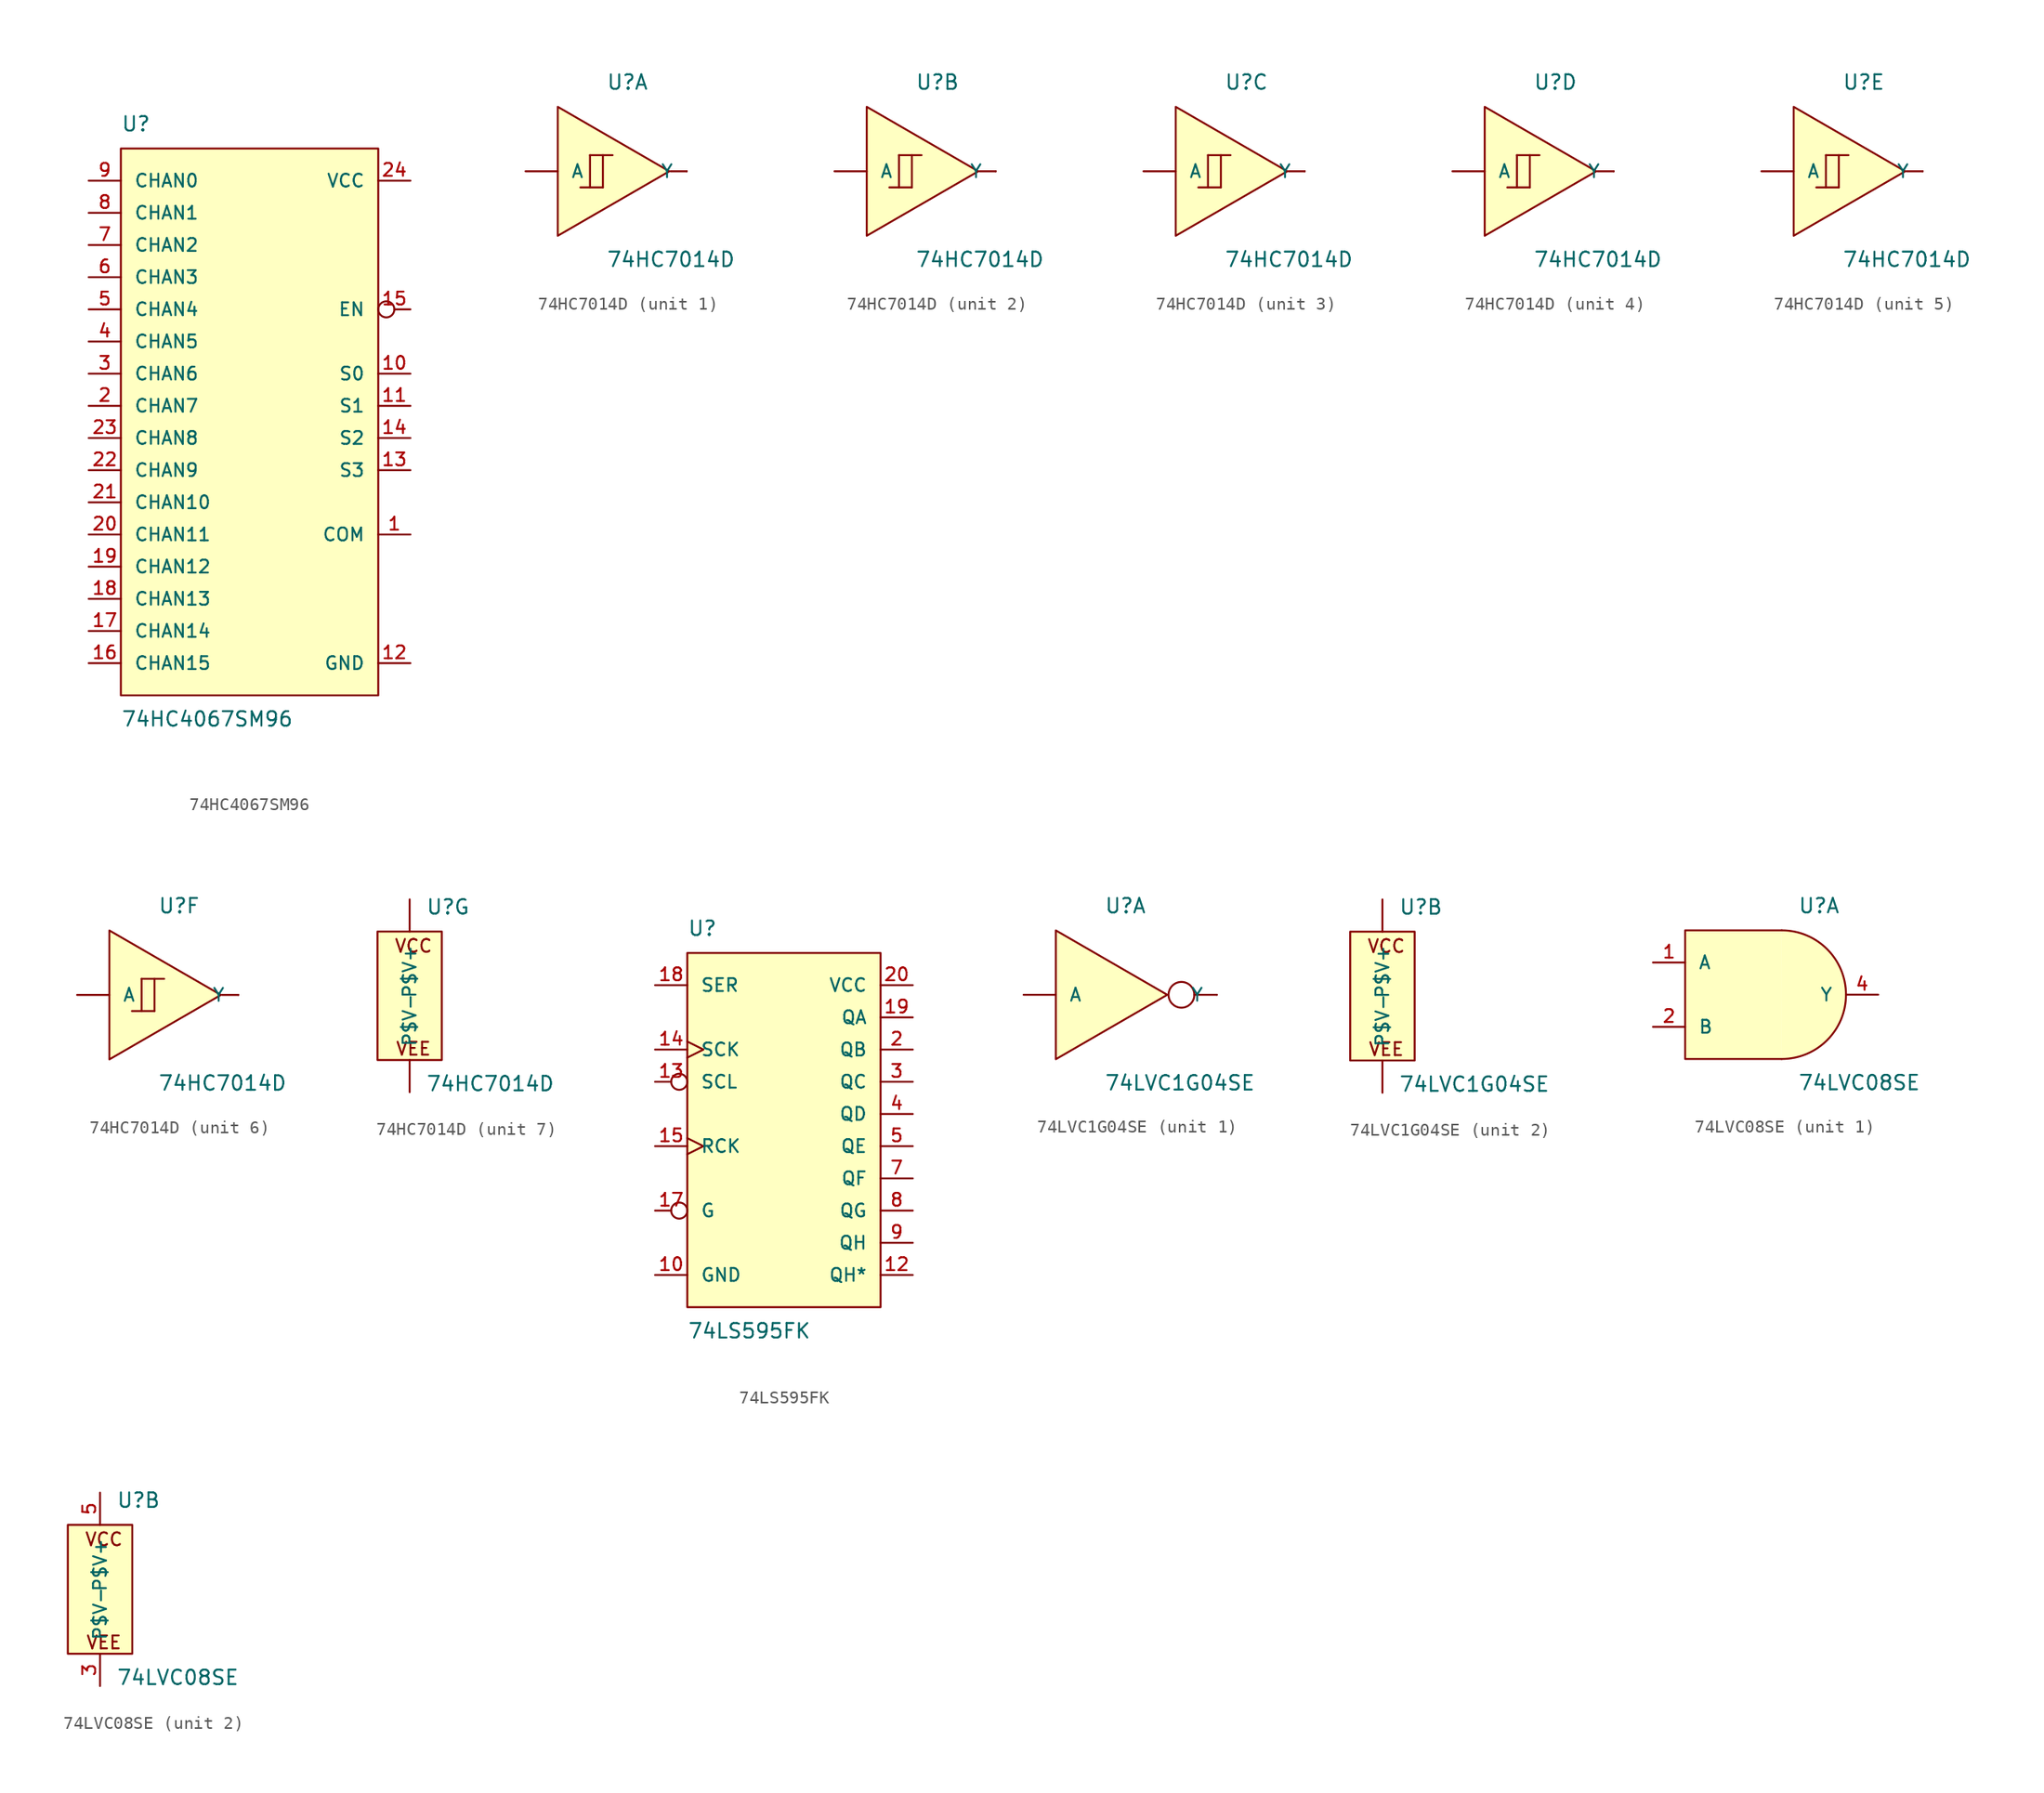
<source format=kicad_sym>
(kicad_symbol_lib
  (version 20220914)
  (generator kicad_symbol_editor)
  (symbol "74HC4067SM96"
    (pin_names
      (offset 1.016))
    (property "Reference" "U"
      (at -10.16 22.86 0)
      (effects (font (size 1.143 1.143)) (justify left bottom)))
    (property "Value" "74HC4067SM96"
      (at -10.16 -24.13 0)
      (effects (font (size 1.143 1.143)) (justify left bottom)))
    (property "ki_locked" ""
      (at 0 0 0)
      (effects (font (size 1.27 1.27))))
    (symbol "74HC4067SM96_1_1"
      (polyline (pts (xy -10.16 21.59) (xy 10.16 21.59) (xy 10.16 -21.59) (xy -10.16 -21.59) (xy -10.16 21.59)) (stroke (width 0) (type solid)) (fill (type background)))
      (pin bidirectional line (at 12.7 -8.89 180) (length 2.54) (name "COM" (effects (font (size 1.016 1.016)))) (number "1" (effects (font (size 1.016 1.016)))))
      (pin input line (at 12.7 3.81 180) (length 2.54) (name "S0" (effects (font (size 1.016 1.016)))) (number "10" (effects (font (size 1.016 1.016)))))
      (pin input line (at 12.7 1.27 180) (length 2.54) (name "S1" (effects (font (size 1.016 1.016)))) (number "11" (effects (font (size 1.016 1.016)))))
      (pin bidirectional line (at 12.7 -19.05 180) (length 2.54) (name "GND" (effects (font (size 1.016 1.016)))) (number "12" (effects (font (size 1.016 1.016)))))
      (pin input line (at 12.7 -3.81 180) (length 2.54) (name "S3" (effects (font (size 1.016 1.016)))) (number "13" (effects (font (size 1.016 1.016)))))
      (pin input line (at 12.7 -1.27 180) (length 2.54) (name "S2" (effects (font (size 1.016 1.016)))) (number "14" (effects (font (size 1.016 1.016)))))
      (pin input inverted (at 12.7 8.89 180) (length 2.54) (name "EN" (effects (font (size 1.016 1.016)))) (number "15" (effects (font (size 1.016 1.016)))))
      (pin bidirectional line (at -12.7 -19.05 0) (length 2.54) (name "CHAN15" (effects (font (size 1.016 1.016)))) (number "16" (effects (font (size 1.016 1.016)))))
      (pin bidirectional line (at -12.7 -16.51 0) (length 2.54) (name "CHAN14" (effects (font (size 1.016 1.016)))) (number "17" (effects (font (size 1.016 1.016)))))
      (pin bidirectional line (at -12.7 -13.97 0) (length 2.54) (name "CHAN13" (effects (font (size 1.016 1.016)))) (number "18" (effects (font (size 1.016 1.016)))))
      (pin bidirectional line (at -12.7 -11.43 0) (length 2.54) (name "CHAN12" (effects (font (size 1.016 1.016)))) (number "19" (effects (font (size 1.016 1.016)))))
      (pin bidirectional line (at -12.7 1.27 0) (length 2.54) (name "CHAN7" (effects (font (size 1.016 1.016)))) (number "2" (effects (font (size 1.016 1.016)))))
      (pin bidirectional line (at -12.7 -8.89 0) (length 2.54) (name "CHAN11" (effects (font (size 1.016 1.016)))) (number "20" (effects (font (size 1.016 1.016)))))
      (pin bidirectional line (at -12.7 -6.35 0) (length 2.54) (name "CHAN10" (effects (font (size 1.016 1.016)))) (number "21" (effects (font (size 1.016 1.016)))))
      (pin bidirectional line (at -12.7 -3.81 0) (length 2.54) (name "CHAN9" (effects (font (size 1.016 1.016)))) (number "22" (effects (font (size 1.016 1.016)))))
      (pin bidirectional line (at -12.7 -1.27 0) (length 2.54) (name "CHAN8" (effects (font (size 1.016 1.016)))) (number "23" (effects (font (size 1.016 1.016)))))
      (pin bidirectional line (at 12.7 19.05 180) (length 2.54) (name "VCC" (effects (font (size 1.016 1.016)))) (number "24" (effects (font (size 1.016 1.016)))))
      (pin bidirectional line (at -12.7 3.81 0) (length 2.54) (name "CHAN6" (effects (font (size 1.016 1.016)))) (number "3" (effects (font (size 1.016 1.016)))))
      (pin bidirectional line (at -12.7 6.35 0) (length 2.54) (name "CHAN5" (effects (font (size 1.016 1.016)))) (number "4" (effects (font (size 1.016 1.016)))))
      (pin bidirectional line (at -12.7 8.89 0) (length 2.54) (name "CHAN4" (effects (font (size 1.016 1.016)))) (number "5" (effects (font (size 1.016 1.016)))))
      (pin bidirectional line (at -12.7 11.43 0) (length 2.54) (name "CHAN3" (effects (font (size 1.016 1.016)))) (number "6" (effects (font (size 1.016 1.016)))))
      (pin bidirectional line (at -12.7 13.97 0) (length 2.54) (name "CHAN2" (effects (font (size 1.016 1.016)))) (number "7" (effects (font (size 1.016 1.016)))))
      (pin bidirectional line (at -12.7 16.51 0) (length 2.54) (name "CHAN1" (effects (font (size 1.016 1.016)))) (number "8" (effects (font (size 1.016 1.016)))))
      (pin bidirectional line (at -12.7 19.05 0) (length 2.54) (name "CHAN0" (effects (font (size 1.016 1.016)))) (number "9" (effects (font (size 1.016 1.016)))))))
  (symbol "74HC7014D"
    (pin_numbers hide)
    (pin_names
      (offset 1.016))
    (property "Reference" "U"
      (at 1.27 6.35 0)
      (effects (font (size 1.143 1.143)) (justify left bottom)))
    (property "Value" "74HC7014D"
      (at 1.27 -7.62 0)
      (effects (font (size 1.143 1.143)) (justify left bottom)))
    (property "ki_locked" ""
      (at 0 0 0)
      (effects (font (size 1.27 1.27))))
    (symbol "74HC7014D_1_0"
      (polyline (pts (xy 0 1.27) (xy 0 -1.27)) (stroke (width 0) (type solid)) (fill (type none)))
      (polyline (pts (xy 0 1.27) (xy 1.778 1.27)) (stroke (width 0) (type solid)) (fill (type none)))
      (polyline (pts (xy 1.016 -1.27) (xy -0.762 -1.27)) (stroke (width 0) (type solid)) (fill (type none)))
      (polyline (pts (xy 1.016 -1.27) (xy 1.016 1.27)) (stroke (width 0) (type solid)) (fill (type none)))
      (polyline (pts (xy 6.35 0) (xy 7.62 0)) (stroke (width 0) (type solid)) (fill (type none))))
    (symbol "74HC7014D_1_1"
      (polyline (pts (xy -2.54 5.08) (xy 6.248 0) (xy -2.54 -5.08) (xy -2.54 5.08)) (stroke (width 0) (type solid)) (fill (type background)))
      (pin bidirectional line (at -5.08 0 0) (length 2.54) (name "A" (effects (font (size 1.016 1.016)))) (number "1" (effects (font (size 1.016 1.016)))))
      (pin bidirectional line (at 7.62 0 180) (length 0) (name "Y" (effects (font (size 1.016 1.016)))) (number "2" (effects (font (size 1.016 1.016))))))
    (symbol "74HC7014D_2_0"
      (polyline (pts (xy 0 1.27) (xy 0 -1.27)) (stroke (width 0) (type solid)) (fill (type none)))
      (polyline (pts (xy 0 1.27) (xy 1.778 1.27)) (stroke (width 0) (type solid)) (fill (type none)))
      (polyline (pts (xy 1.016 -1.27) (xy -0.762 -1.27)) (stroke (width 0) (type solid)) (fill (type none)))
      (polyline (pts (xy 1.016 -1.27) (xy 1.016 1.27)) (stroke (width 0) (type solid)) (fill (type none)))
      (polyline (pts (xy 6.35 0) (xy 7.62 0)) (stroke (width 0) (type solid)) (fill (type none))))
    (symbol "74HC7014D_2_1"
      (polyline (pts (xy -2.54 5.08) (xy 6.248 0) (xy -2.54 -5.08) (xy -2.54 5.08)) (stroke (width 0) (type solid)) (fill (type background)))
      (pin bidirectional line (at -5.08 0 0) (length 2.54) (name "A" (effects (font (size 1.016 1.016)))) (number "3" (effects (font (size 1.016 1.016)))))
      (pin bidirectional line (at 7.62 0 180) (length 0) (name "Y" (effects (font (size 1.016 1.016)))) (number "4" (effects (font (size 1.016 1.016))))))
    (symbol "74HC7014D_3_0"
      (polyline (pts (xy 0 1.27) (xy 0 -1.27)) (stroke (width 0) (type solid)) (fill (type none)))
      (polyline (pts (xy 0 1.27) (xy 1.778 1.27)) (stroke (width 0) (type solid)) (fill (type none)))
      (polyline (pts (xy 1.016 -1.27) (xy -0.762 -1.27)) (stroke (width 0) (type solid)) (fill (type none)))
      (polyline (pts (xy 1.016 -1.27) (xy 1.016 1.27)) (stroke (width 0) (type solid)) (fill (type none)))
      (polyline (pts (xy 6.35 0) (xy 7.62 0)) (stroke (width 0) (type solid)) (fill (type none))))
    (symbol "74HC7014D_3_1"
      (polyline (pts (xy -2.54 5.08) (xy 6.248 0) (xy -2.54 -5.08) (xy -2.54 5.08)) (stroke (width 0) (type solid)) (fill (type background)))
      (pin bidirectional line (at -5.08 0 0) (length 2.54) (name "A" (effects (font (size 1.016 1.016)))) (number "5" (effects (font (size 1.016 1.016)))))
      (pin bidirectional line (at 7.62 0 180) (length 0) (name "Y" (effects (font (size 1.016 1.016)))) (number "6" (effects (font (size 1.016 1.016))))))
    (symbol "74HC7014D_4_0"
      (polyline (pts (xy 0 1.27) (xy 0 -1.27)) (stroke (width 0) (type solid)) (fill (type none)))
      (polyline (pts (xy 0 1.27) (xy 1.778 1.27)) (stroke (width 0) (type solid)) (fill (type none)))
      (polyline (pts (xy 1.016 -1.27) (xy -0.762 -1.27)) (stroke (width 0) (type solid)) (fill (type none)))
      (polyline (pts (xy 1.016 -1.27) (xy 1.016 1.27)) (stroke (width 0) (type solid)) (fill (type none)))
      (polyline (pts (xy 6.35 0) (xy 7.62 0)) (stroke (width 0) (type solid)) (fill (type none))))
    (symbol "74HC7014D_4_1"
      (polyline (pts (xy -2.54 5.08) (xy 6.248 0) (xy -2.54 -5.08) (xy -2.54 5.08)) (stroke (width 0) (type solid)) (fill (type background)))
      (pin bidirectional line (at 7.62 0 180) (length 0) (name "Y" (effects (font (size 1.016 1.016)))) (number "8" (effects (font (size 1.016 1.016)))))
      (pin bidirectional line (at -5.08 0 0) (length 2.54) (name "A" (effects (font (size 1.016 1.016)))) (number "9" (effects (font (size 1.016 1.016))))))
    (symbol "74HC7014D_5_0"
      (polyline (pts (xy 0 1.27) (xy 0 -1.27)) (stroke (width 0) (type solid)) (fill (type none)))
      (polyline (pts (xy 0 1.27) (xy 1.778 1.27)) (stroke (width 0) (type solid)) (fill (type none)))
      (polyline (pts (xy 1.016 -1.27) (xy -0.762 -1.27)) (stroke (width 0) (type solid)) (fill (type none)))
      (polyline (pts (xy 1.016 -1.27) (xy 1.016 1.27)) (stroke (width 0) (type solid)) (fill (type none)))
      (polyline (pts (xy 6.35 0) (xy 7.62 0)) (stroke (width 0) (type solid)) (fill (type none))))
    (symbol "74HC7014D_5_1"
      (polyline (pts (xy -2.54 5.08) (xy 6.248 0) (xy -2.54 -5.08) (xy -2.54 5.08)) (stroke (width 0) (type solid)) (fill (type background)))
      (pin bidirectional line (at 7.62 0 180) (length 0) (name "Y" (effects (font (size 1.016 1.016)))) (number "10" (effects (font (size 1.016 1.016)))))
      (pin bidirectional line (at -5.08 0 0) (length 2.54) (name "A" (effects (font (size 1.016 1.016)))) (number "11" (effects (font (size 1.016 1.016))))))
    (symbol "74HC7014D_6_0"
      (polyline (pts (xy 0 1.27) (xy 0 -1.27)) (stroke (width 0) (type solid)) (fill (type none)))
      (polyline (pts (xy 0 1.27) (xy 1.778 1.27)) (stroke (width 0) (type solid)) (fill (type none)))
      (polyline (pts (xy 1.016 -1.27) (xy -0.762 -1.27)) (stroke (width 0) (type solid)) (fill (type none)))
      (polyline (pts (xy 1.016 -1.27) (xy 1.016 1.27)) (stroke (width 0) (type solid)) (fill (type none)))
      (polyline (pts (xy 6.35 0) (xy 7.62 0)) (stroke (width 0) (type solid)) (fill (type none))))
    (symbol "74HC7014D_6_1"
      (polyline (pts (xy -2.54 5.08) (xy 6.248 0) (xy -2.54 -5.08) (xy -2.54 5.08)) (stroke (width 0) (type solid)) (fill (type background)))
      (pin bidirectional line (at 7.62 0 180) (length 0) (name "Y" (effects (font (size 1.016 1.016)))) (number "12" (effects (font (size 1.016 1.016)))))
      (pin bidirectional line (at -5.08 0 0) (length 2.54) (name "A" (effects (font (size 1.016 1.016)))) (number "13" (effects (font (size 1.016 1.016))))))
    (symbol "74HC7014D_7_0"
      (text "VCC" (at 0.305 3.937 0) (effects (font (size 1.016 1.016))))
      (text "VEE" (at 0.305 -4.191 0) (effects (font (size 1.016 1.016)))))
    (symbol "74HC7014D_7_1"
      (polyline (pts (xy -2.54 5.08) (xy 2.54 5.08) (xy 2.54 -5.08) (xy -2.54 -5.08) (xy -2.54 5.08)) (stroke (width 0) (type solid)) (fill (type background)))
      (pin bidirectional line (at 0 7.62 270) (length 2.54) (name "P$V+" (effects (font (size 1.016 1.016)))) (number "14" (effects (font (size 1.016 1.016)))))
      (pin bidirectional line (at 0 -7.62 90) (length 2.54) (name "P$V-" (effects (font (size 1.016 1.016)))) (number "7" (effects (font (size 1.016 1.016)))))))
  (symbol "74LS595FK"
    (pin_names
      (offset 1.016))
    (property "Reference" "U"
      (at -7.62 15.24 0)
      (effects (font (size 1.143 1.143)) (justify left bottom)))
    (property "Value" "74LS595FK"
      (at -7.62 -16.51 0)
      (effects (font (size 1.143 1.143)) (justify left bottom)))
    (property "ki_locked" ""
      (at 0 0 0)
      (effects (font (size 1.27 1.27))))
    (symbol "74LS595FK_1_1"
      (polyline (pts (xy -7.62 -13.97) (xy 7.62 -13.97) (xy 7.62 13.97) (xy -7.62 13.97) (xy -7.62 -13.97)) (stroke (width 0) (type solid)) (fill (type background)))
      (pin power_in line (at -10.16 -11.43 0) (length 2.54) (name "GND" (effects (font (size 1.016 1.016)))) (number "10" (effects (font (size 1.016 1.016)))))
      (pin tri_state line (at 10.16 -11.43 180) (length 2.54) (name "QH*" (effects (font (size 1.016 1.016)))) (number "12" (effects (font (size 1.016 1.016)))))
      (pin input inverted (at -10.16 3.81 0) (length 2.54) (name "SCL" (effects (font (size 1.016 1.016)))) (number "13" (effects (font (size 1.016 1.016)))))
      (pin input clock (at -10.16 6.35 0) (length 2.54) (name "SCK" (effects (font (size 1.016 1.016)))) (number "14" (effects (font (size 1.016 1.016)))))
      (pin input clock (at -10.16 -1.27 0) (length 2.54) (name "RCK" (effects (font (size 1.016 1.016)))) (number "15" (effects (font (size 1.016 1.016)))))
      (pin input inverted (at -10.16 -6.35 0) (length 2.54) (name "G" (effects (font (size 1.016 1.016)))) (number "17" (effects (font (size 1.016 1.016)))))
      (pin input line (at -10.16 11.43 0) (length 2.54) (name "SER" (effects (font (size 1.016 1.016)))) (number "18" (effects (font (size 1.016 1.016)))))
      (pin tri_state line (at 10.16 8.89 180) (length 2.54) (name "QA" (effects (font (size 1.016 1.016)))) (number "19" (effects (font (size 1.016 1.016)))))
      (pin tri_state line (at 10.16 6.35 180) (length 2.54) (name "QB" (effects (font (size 1.016 1.016)))) (number "2" (effects (font (size 1.016 1.016)))))
      (pin power_in line (at 10.16 11.43 180) (length 2.54) (name "VCC" (effects (font (size 1.016 1.016)))) (number "20" (effects (font (size 1.016 1.016)))))
      (pin tri_state line (at 10.16 3.81 180) (length 2.54) (name "QC" (effects (font (size 1.016 1.016)))) (number "3" (effects (font (size 1.016 1.016)))))
      (pin tri_state line (at 10.16 1.27 180) (length 2.54) (name "QD" (effects (font (size 1.016 1.016)))) (number "4" (effects (font (size 1.016 1.016)))))
      (pin tri_state line (at 10.16 -1.27 180) (length 2.54) (name "QE" (effects (font (size 1.016 1.016)))) (number "5" (effects (font (size 1.016 1.016)))))
      (pin tri_state line (at 10.16 -3.81 180) (length 2.54) (name "QF" (effects (font (size 1.016 1.016)))) (number "7" (effects (font (size 1.016 1.016)))))
      (pin tri_state line (at 10.16 -6.35 180) (length 2.54) (name "QG" (effects (font (size 1.016 1.016)))) (number "8" (effects (font (size 1.016 1.016)))))
      (pin tri_state line (at 10.16 -8.89 180) (length 2.54) (name "QH" (effects (font (size 1.016 1.016)))) (number "9" (effects (font (size 1.016 1.016)))))))
  (symbol "74LVC1G04SE"
    (pin_numbers hide)
    (pin_names
      (offset 1.016))
    (property "Reference" "U"
      (at 1.27 6.35 0)
      (effects (font (size 1.143 1.143)) (justify left bottom)))
    (property "Value" "74LVC1G04SE"
      (at 1.27 -7.62 0)
      (effects (font (size 1.143 1.143)) (justify left bottom)))
    (property "ki_locked" ""
      (at 0 0 0)
      (effects (font (size 1.27 1.27))))
    (symbol "74LVC1G04SE_1_0"
      (polyline (pts (xy 10.16 0) (xy 8.382 0)) (stroke (width 0) (type solid)) (fill (type none))))
    (symbol "74LVC1G04SE_1_1"
      (polyline (pts (xy -2.54 5.08) (xy 6.248 0) (xy -2.54 -5.08) (xy -2.54 5.08)) (stroke (width 0) (type solid)) (fill (type background)))
      (circle (center 7.366 0) (radius 1.016) (stroke (width 0) (type solid)) (fill (type none)))
      (pin bidirectional line (at -5.08 0 0) (length 2.54) (name "A" (effects (font (size 1.016 1.016)))) (number "2" (effects (font (size 1.016 1.016)))))
      (pin bidirectional line (at 10.16 0 180) (length 0) (name "Y" (effects (font (size 1.016 1.016)))) (number "4" (effects (font (size 1.016 1.016))))))
    (symbol "74LVC1G04SE_2_0"
      (text "VCC" (at 0.305 3.937 0) (effects (font (size 1.016 1.016))))
      (text "VEE" (at 0.305 -4.191 0) (effects (font (size 1.016 1.016)))))
    (symbol "74LVC1G04SE_2_1"
      (polyline (pts (xy -2.54 5.08) (xy 2.54 5.08) (xy 2.54 -5.08) (xy -2.54 -5.08) (xy -2.54 5.08)) (stroke (width 0) (type solid)) (fill (type background)))
      (pin bidirectional line (at 0 -7.62 90) (length 2.54) (name "P$V-" (effects (font (size 1.016 1.016)))) (number "3" (effects (font (size 1.016 1.016)))))
      (pin bidirectional line (at 0 7.62 270) (length 2.54) (name "P$V+" (effects (font (size 1.016 1.016)))) (number "5" (effects (font (size 1.016 1.016)))))))
  (symbol "74LVC08SE"
    (pin_names
      (offset 1.016))
    (property "Reference" "U"
      (at 1.27 6.35 0)
      (effects (font (size 1.143 1.143)) (justify left bottom)))
    (property "Value" "74LVC08SE"
      (at 1.27 -7.62 0)
      (effects (font (size 1.143 1.143)) (justify left bottom)))
    (property "ki_locked" ""
      (at 0 0 0)
      (effects (font (size 1.27 1.27))))
    (symbol "74LVC08SE_1_1"
      (arc (start 0 -5.08) (mid 5.0579 0) (end 0 5.08) (stroke (width 0) (type solid)) (fill (type background)))
      (polyline (pts (xy 0 5.08) (xy -7.62 5.08) (xy -7.62 -5.08) (xy 0 -5.08)) (stroke (width 0) (type solid)) (fill (type background)))
      (pin bidirectional line (at -10.16 2.54 0) (length 2.54) (name "A" (effects (font (size 1.016 1.016)))) (number "1" (effects (font (size 1.016 1.016)))))
      (pin bidirectional line (at -10.16 -2.54 0) (length 2.54) (name "B" (effects (font (size 1.016 1.016)))) (number "2" (effects (font (size 1.016 1.016)))))
      (pin bidirectional line (at 7.62 0 180) (length 2.54) (name "Y" (effects (font (size 1.016 1.016)))) (number "4" (effects (font (size 1.016 1.016))))))
    (symbol "74LVC08SE_2_0"
      (text "VCC" (at 0.305 3.937 0) (effects (font (size 1.016 1.016))))
      (text "VEE" (at 0.305 -4.191 0) (effects (font (size 1.016 1.016)))))
    (symbol "74LVC08SE_2_1"
      (polyline (pts (xy -2.54 5.08) (xy 2.54 5.08) (xy 2.54 -5.08) (xy -2.54 -5.08) (xy -2.54 5.08)) (stroke (width 0) (type solid)) (fill (type background)))
      (pin bidirectional line (at 0 -7.62 90) (length 2.54) (name "P$V-" (effects (font (size 1.016 1.016)))) (number "3" (effects (font (size 1.016 1.016)))))
      (pin bidirectional line (at 0 7.62 270) (length 2.54) (name "P$V+" (effects (font (size 1.016 1.016)))) (number "5" (effects (font (size 1.016 1.016))))))))
</source>
